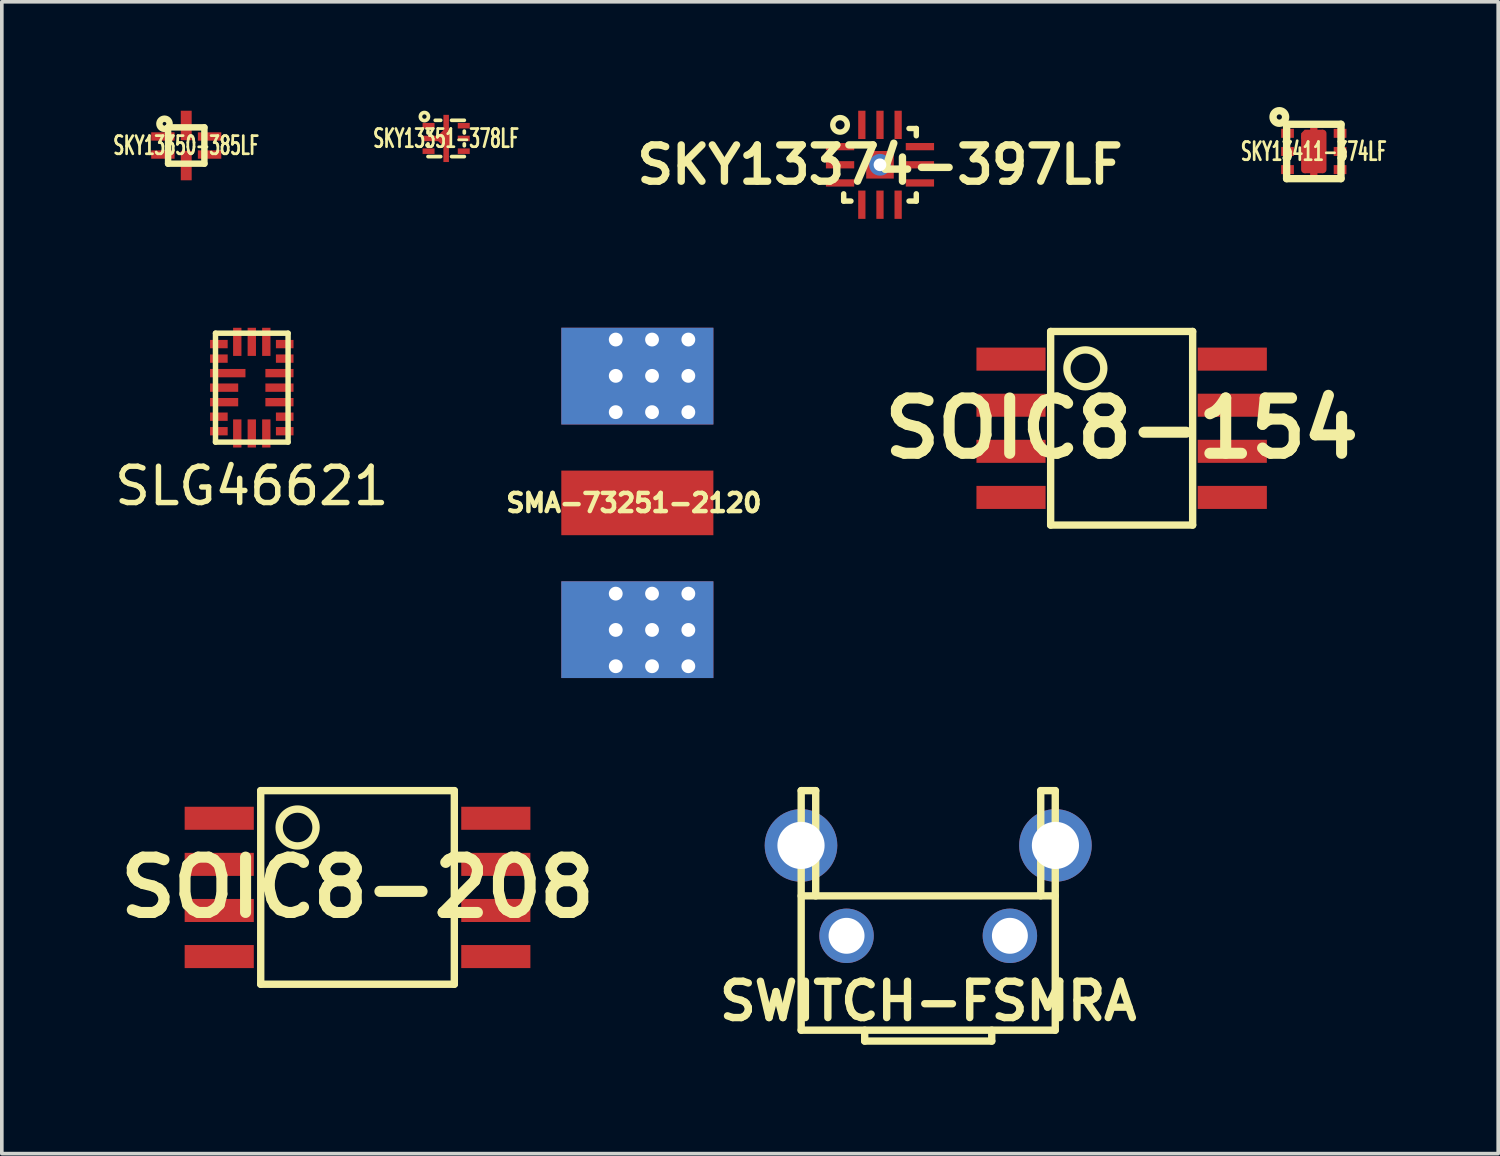
<source format=kicad_pcb>
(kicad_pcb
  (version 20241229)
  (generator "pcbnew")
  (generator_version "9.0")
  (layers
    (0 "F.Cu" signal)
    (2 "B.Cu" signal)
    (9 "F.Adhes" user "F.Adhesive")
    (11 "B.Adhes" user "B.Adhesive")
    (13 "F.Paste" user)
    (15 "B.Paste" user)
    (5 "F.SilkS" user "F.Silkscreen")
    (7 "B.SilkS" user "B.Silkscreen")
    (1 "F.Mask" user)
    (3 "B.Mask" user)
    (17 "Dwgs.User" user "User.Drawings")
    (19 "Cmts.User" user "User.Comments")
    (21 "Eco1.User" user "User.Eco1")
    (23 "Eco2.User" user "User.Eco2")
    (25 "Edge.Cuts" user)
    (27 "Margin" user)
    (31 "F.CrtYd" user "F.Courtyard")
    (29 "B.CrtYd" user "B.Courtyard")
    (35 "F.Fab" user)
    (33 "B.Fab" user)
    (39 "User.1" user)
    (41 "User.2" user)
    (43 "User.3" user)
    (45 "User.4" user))
  (footprint "SMA-73251-2120"
    (layer "F.Cu")
    (at 12.414 10.805)
    (property "Reference" "SMA-73251-2120" (at 1.999 0 0) (layer "F.SilkS") (effects (font (size 0.5 0.5) (thickness 0.124))))
    (attr through_hole)
    (pad "1" smd rect (at 2.095 0) (size 4.19 1.78) (layers "F.Cu" "F.Mask"))
    (pad "2" thru_hole circle (at 1.5 -4.5) (size 0.6 0.6) (drill 0.381) (layers "*.Cu"))
    (pad "2" thru_hole circle (at 1.5 -3.5) (size 0.6 0.6) (drill 0.381) (layers "*.Cu"))
    (pad "2" thru_hole circle (at 1.5 -2.5) (size 0.6 0.6) (drill 0.381) (layers "*.Cu"))
    (pad "2" thru_hole circle (at 1.5 2.5) (size 0.6 0.6) (drill 0.381) (layers "*.Cu"))
    (pad "2" thru_hole circle (at 1.5 3.5) (size 0.6 0.6) (drill 0.381) (layers "*.Cu"))
    (pad "2" thru_hole circle (at 1.5 4.5) (size 0.6 0.6) (drill 0.381) (layers "*.Cu"))
    (pad "2" smd rect (at 2.095 -3.493) (size 4.19 2.665) (layers "F.Cu" "F.Mask"))
    (pad "2" smd rect (at 2.095 -3.493) (size 4.19 2.665) (layers "B.Cu" "B.Mask"))
    (pad "2" smd rect (at 2.095 3.493) (size 4.19 2.665) (layers "F.Cu" "F.Mask"))
    (pad "2" smd rect (at 2.095 3.493) (size 4.19 2.665) (layers "B.Cu" "B.Mask"))
    (pad "2" thru_hole circle (at 2.5 -4.5) (size 0.6 0.6) (drill 0.381) (layers "*.Cu"))
    (pad "2" thru_hole circle (at 2.5 -3.5) (size 0.6 0.6) (drill 0.381) (layers "*.Cu"))
    (pad "2" thru_hole circle (at 2.5 -2.5) (size 0.6 0.6) (drill 0.381) (layers "*.Cu"))
    (pad "2" thru_hole circle (at 2.5 2.5) (size 0.6 0.6) (drill 0.381) (layers "*.Cu"))
    (pad "2" thru_hole circle (at 2.5 3.5) (size 0.6 0.6) (drill 0.381) (layers "*.Cu"))
    (pad "2" thru_hole circle (at 2.5 4.5) (size 0.6 0.6) (drill 0.381) (layers "*.Cu"))
    (pad "2" thru_hole circle (at 3.5 -4.5) (size 0.6 0.6) (drill 0.381) (layers "*.Cu"))
    (pad "2" thru_hole circle (at 3.5 -3.5) (size 0.6 0.6) (drill 0.381) (layers "*.Cu"))
    (pad "2" thru_hole circle (at 3.5 -2.5) (size 0.6 0.6) (drill 0.381) (layers "*.Cu"))
    (pad "2" thru_hole circle (at 3.5 2.5) (size 0.6 0.6) (drill 0.381) (layers "*.Cu"))
    (pad "2" thru_hole circle (at 3.5 3.5) (size 0.6 0.6) (drill 0.381) (layers "*.Cu"))
    (pad "2" thru_hole circle (at 3.5 4.5) (size 0.6 0.6) (drill 0.381) (layers "*.Cu")))
  (footprint "SWITCH-FSMRA"
    (layer "F.Cu")
    (at 22.523 22.732)
    (property "Reference" "SWITCH-FSMRA" (at 0 1.8 0) (layer "F.SilkS") (effects (font (size 1.001 1.001) (thickness 0.203))))
    (attr smd)
    (fp_line (start -3.5 -4) (end -3.1 -4) (stroke (width 0.203) (type solid)) (layer "F.SilkS"))
    (fp_line (start -3.5 -1.1) (end 3.5 -1.1) (stroke (width 0.203) (type solid)) (layer "F.SilkS"))
    (fp_line (start -3.5 2.6) (end -3.5 -4) (stroke (width 0.203) (type solid)) (layer "F.SilkS"))
    (fp_line (start -3.5 2.6) (end 3.5 2.6) (stroke (width 0.203) (type solid)) (layer "F.SilkS"))
    (fp_line (start -3.1 -4) (end -3.1 -1.1) (stroke (width 0.203) (type solid)) (layer "F.SilkS"))
    (fp_line (start -1.75 2.6) (end -1.75 2.9) (stroke (width 0.203) (type solid)) (layer "F.SilkS"))
    (fp_line (start -1.75 2.9) (end 1.75 2.9) (stroke (width 0.203) (type solid)) (layer "F.SilkS"))
    (fp_line (start 1.75 2.9) (end 1.75 2.6) (stroke (width 0.203) (type solid)) (layer "F.SilkS"))
    (fp_line (start 3.1 -4) (end 3.1 -1.1) (stroke (width 0.203) (type solid)) (layer "F.SilkS"))
    (fp_line (start 3.5 -4) (end 3.1 -4) (stroke (width 0.203) (type solid)) (layer "F.SilkS"))
    (fp_line (start 3.5 -4) (end 3.5 2.6) (stroke (width 0.203) (type solid)) (layer "F.SilkS"))
    (pad "0" thru_hole circle (at -3.505 -2.49) (size 2 2) (drill 1.3) (layers "*.Cu" "*.Mask"))
    (pad "0" thru_hole circle (at 3.505 -2.49) (size 2 2) (drill 1.3) (layers "*.Cu" "*.Mask"))
    (pad "1" thru_hole circle (at -2.25 0) (size 1.5 1.5) (drill 0.99) (layers "*.Cu" "*.Mask"))
    (pad "2" thru_hole circle (at 2.25 0) (size 1.5 1.5) (drill 0.99) (layers "*.Cu" "*.Mask")))
  (footprint "SOIC8-154"
    (layer "F.Cu")
    (at 27.852 8.749)
    (property "Reference" "SOIC8-154" (at 0 0 0) (layer "F.SilkS") (effects (font (size 1.524 1.524) (thickness 0.305))))
    (attr smd)
    (fp_line (start -1.956 -2.667) (end -1.956 2.667) (stroke (width 0.203) (type solid)) (layer "F.SilkS"))
    (fp_line (start -1.956 2.667) (end 1.956 2.667) (stroke (width 0.203) (type solid)) (layer "F.SilkS"))
    (fp_line (start 1.956 -2.667) (end -1.956 -2.667) (stroke (width 0.203) (type solid)) (layer "F.SilkS"))
    (fp_line (start 1.956 2.667) (end 1.956 -2.667) (stroke (width 0.203) (type solid)) (layer "F.SilkS"))
    (fp_circle (center -1 -1.651) (end -0.492 -1.651) (stroke (width 0.203) (type solid)) (fill no) (layer "F.SilkS"))
    (pad "1" smd rect (at -3.048 -1.905) (size 1.905 0.635) (layers "F.Cu" "F.Mask" "F.Paste"))
    (pad "2" smd rect (at -3.048 -0.635) (size 1.905 0.635) (layers "F.Cu" "F.Mask" "F.Paste"))
    (pad "3" smd rect (at -3.048 0.635) (size 1.905 0.635) (layers "F.Cu" "F.Mask" "F.Paste"))
    (pad "4" smd rect (at -3.048 1.905) (size 1.905 0.635) (layers "F.Cu" "F.Mask" "F.Paste"))
    (pad "5" smd rect (at 3.048 1.905) (size 1.905 0.635) (layers "F.Cu" "F.Mask" "F.Paste"))
    (pad "6" smd rect (at 3.048 0.635) (size 1.905 0.635) (layers "F.Cu" "F.Mask" "F.Paste"))
    (pad "7" smd rect (at 3.048 -0.635) (size 1.905 0.635) (layers "F.Cu" "F.Mask" "F.Paste"))
    (pad "8" smd rect (at 3.048 -1.905) (size 1.905 0.635) (layers "F.Cu" "F.Mask" "F.Paste")))
  (footprint "SKY13374-397LF"
    (layer "F.Cu")
    (at 21.194 1.49)
    (property "Reference" "SKY13374-397LF" (at 0 0 0) (layer "F.SilkS") (effects (font (size 1 1) (thickness 0.203))))
    (attr smd)
    (fp_line (start -1 1) (end -1 0.8) (stroke (width 0.15) (type solid)) (layer "F.SilkS"))
    (fp_line (start -0.8 1) (end -1 1) (stroke (width 0.15) (type solid)) (layer "F.SilkS"))
    (fp_line (start 0.8 -1) (end 1 -1) (stroke (width 0.15) (type solid)) (layer "F.SilkS"))
    (fp_line (start 1 -1) (end 1 -0.8) (stroke (width 0.15) (type solid)) (layer "F.SilkS"))
    (fp_line (start 1 0.8) (end 1 1) (stroke (width 0.15) (type solid)) (layer "F.SilkS"))
    (fp_line (start 1 1) (end 0.8 1) (stroke (width 0.15) (type solid)) (layer "F.SilkS"))
    (fp_circle (center -1.1 -1.1) (end -0.9 -1.1) (stroke (width 0.15) (type solid)) (fill no) (layer "F.SilkS"))
    (pad "0" thru_hole circle (at 0 0) (size 0.6 0.6) (drill 0.35) (layers "*.Cu" "B.Mask"))
    (pad "0" smd rect (at 0 0) (size 0.76 0.76) (layers "F.Cu" "F.Mask" "F.Paste"))
    (pad "1" smd rect (at -1.1 -0.5) (size 0.78 0.2) (layers "F.Cu" "F.Mask" "F.Paste"))
    (pad "2" smd rect (at -1.1 0) (size 0.78 0.2) (layers "F.Cu" "F.Mask" "F.Paste"))
    (pad "3" smd rect (at -1.1 0.5) (size 0.78 0.2) (layers "F.Cu" "F.Mask" "F.Paste"))
    (pad "4" smd rect (at -0.5 1.1) (size 0.2 0.78) (layers "F.Cu" "F.Mask" "F.Paste"))
    (pad "5" smd rect (at 0 1.1) (size 0.2 0.78) (layers "F.Cu" "F.Mask" "F.Paste"))
    (pad "6" smd rect (at 0.5 1.1) (size 0.2 0.78) (layers "F.Cu" "F.Mask" "F.Paste"))
    (pad "7" smd rect (at 1.1 0.5) (size 0.78 0.2) (layers "F.Cu" "F.Mask" "F.Paste"))
    (pad "8" smd rect (at 1.1 0) (size 0.78 0.2) (layers "F.Cu" "F.Mask" "F.Paste"))
    (pad "9" smd rect (at 1.1 -0.5) (size 0.78 0.2) (layers "F.Cu" "F.Mask" "F.Paste"))
    (pad "10" smd rect (at 0.5 -1.1) (size 0.2 0.78) (layers "F.Cu" "F.Mask" "F.Paste"))
    (pad "11" smd rect (at 0 -1.1) (size 0.2 0.78) (layers "F.Cu" "F.Mask" "F.Paste"))
    (pad "12" smd rect (at -0.5 -1.1) (size 0.2 0.78) (layers "F.Cu" "F.Mask" "F.Paste")))
  (footprint "SOIC8-208"
    (layer "F.Cu")
    (at 6.8 21.399)
    (property "Reference" "SOIC8-208" (at 0 0 0) (layer "F.SilkS") (effects (font (size 1.524 1.524) (thickness 0.305))))
    (attr smd)
    (fp_line (start -2.667 -2.667) (end -2.667 2.667) (stroke (width 0.203) (type solid)) (layer "F.SilkS"))
    (fp_line (start -2.667 2.667) (end 2.667 2.667) (stroke (width 0.203) (type solid)) (layer "F.SilkS"))
    (fp_line (start 2.667 -2.667) (end -2.667 -2.667) (stroke (width 0.203) (type solid)) (layer "F.SilkS"))
    (fp_line (start 2.667 2.667) (end 2.667 -2.667) (stroke (width 0.203) (type solid)) (layer "F.SilkS"))
    (fp_circle (center -1.651 -1.651) (end -1.143 -1.651) (stroke (width 0.203) (type solid)) (fill no) (layer "F.SilkS"))
    (pad "1" smd rect (at -3.81 -1.905) (size 1.905 0.635) (layers "F.Cu" "F.Mask" "F.Paste"))
    (pad "2" smd rect (at -3.81 -0.635) (size 1.905 0.635) (layers "F.Cu" "F.Mask" "F.Paste"))
    (pad "3" smd rect (at -3.81 0.635) (size 1.905 0.635) (layers "F.Cu" "F.Mask" "F.Paste"))
    (pad "4" smd rect (at -3.81 1.905) (size 1.905 0.635) (layers "F.Cu" "F.Mask" "F.Paste"))
    (pad "5" smd rect (at 3.81 1.905) (size 1.905 0.635) (layers "F.Cu" "F.Mask" "F.Paste"))
    (pad "6" smd rect (at 3.81 0.635) (size 1.905 0.635) (layers "F.Cu" "F.Mask" "F.Paste"))
    (pad "7" smd rect (at 3.81 -0.635) (size 1.905 0.635) (layers "F.Cu" "F.Mask" "F.Paste"))
    (pad "8" smd rect (at 3.81 -1.905) (size 1.905 0.635) (layers "F.Cu" "F.Mask" "F.Paste")))
  (footprint "SKY13351-378LF"
    (layer "F.Cu")
    (at 9.242 0.764)
    (property "Reference" "SKY13351-378LF" (at 0 0 0) (layer "F.SilkS") (effects (font (size 0.5 0.3) (thickness 0.076))))
    (attr smd)
    (fp_line (start -0.5 -0.201) (end -0.5 -0.15) (stroke (width 0.102) (type solid)) (layer "F.SilkS"))
    (fp_line (start -0.5 0.15) (end -0.5 0.201) (stroke (width 0.102) (type solid)) (layer "F.SilkS"))
    (fp_line (start -0.5 0.5) (end -0.15 0.5) (stroke (width 0.102) (type solid)) (layer "F.SilkS"))
    (fp_line (start -0.15 -0.5) (end -0.3 -0.5) (stroke (width 0.102) (type solid)) (layer "F.SilkS"))
    (fp_line (start 0.15 0.5) (end 0.5 0.5) (stroke (width 0.102) (type solid)) (layer "F.SilkS"))
    (fp_line (start 0.5 -0.5) (end 0.15 -0.5) (stroke (width 0.102) (type solid)) (layer "F.SilkS"))
    (fp_line (start 0.5 -0.15) (end 0.5 -0.201) (stroke (width 0.102) (type solid)) (layer "F.SilkS"))
    (fp_line (start 0.5 0.201) (end 0.5 0.15) (stroke (width 0.102) (type solid)) (layer "F.SilkS"))
    (fp_circle (center -0.599 -0.602) (end -0.5 -0.551) (stroke (width 0.102) (type solid)) (fill no) (layer "F.SilkS"))
    (pad "1" smd rect (at -0.485 -0.351) (size 0.33 0.152) (layers "F.Cu" "F.Mask" "F.Paste"))
    (pad "2" smd rect (at -0.325 0) (size 0.65 0.152) (layers "F.Cu" "F.Mask" "F.Paste"))
    (pad "2" smd oval (at -0.109 -0.089 315) (size 0.15 0.399) (layers "F.Cu" "F.Mask" "F.Paste"))
    (pad "2" smd oval (at -0.099 0.089 45) (size 0.15 0.399) (layers "F.Cu" "F.Mask" "F.Paste"))
    (pad "2" smd rect (at 0 0) (size 0.152 1.3) (layers "F.Cu" "F.Mask" "F.Paste"))
    (pad "2" smd oval (at 0.066 0) (size 0.13 0.5) (layers "F.Cu" "F.Mask" "F.Paste"))
    (pad "3" smd rect (at -0.485 0.351) (size 0.33 0.152) (layers "F.Cu" "F.Mask" "F.Paste"))
    (pad "4" smd rect (at 0.485 0.351) (size 0.33 0.152) (layers "F.Cu" "F.Mask" "F.Paste"))
    (pad "5" smd rect (at 0.485 0) (size 0.33 0.152) (layers "F.Cu" "F.Mask" "F.Paste"))
    (pad "6" smd rect (at 0.485 -0.351) (size 0.33 0.152) (layers "F.Cu" "F.Mask" "F.Paste")))
  (footprint "SLG46621"
    (layer "F.Cu")
    (at 3.887 7.63)
    (property "Reference" "SLG46621" (at 0 2.71 0) (layer "F.SilkS") (effects (font (size 1 1) (thickness 0.15))))
    (attr smd)
    (fp_line (start -1 -1.5) (end 1 -1.5) (stroke (width 0.15) (type solid)) (layer "F.SilkS"))
    (fp_line (start -1 1.5) (end -1 -1.5) (stroke (width 0.15) (type solid)) (layer "F.SilkS"))
    (fp_line (start -1 1.5) (end 1 1.5) (stroke (width 0.15) (type solid)) (layer "F.SilkS"))
    (fp_line (start 1 -1.5) (end 1 1.5) (stroke (width 0.15) (type solid)) (layer "F.SilkS"))
    (pad "1" smd rect (at -0.907 -1.2) (size 0.485 0.23) (layers "F.Cu" "F.Mask" "F.Paste"))
    (pad "2" smd rect (at -0.907 -0.8) (size 0.485 0.23) (layers "F.Cu" "F.Mask" "F.Paste"))
    (pad "3" smd rect (at -0.662 -0.4) (size 0.975 0.23) (layers "F.Cu" "F.Mask" "F.Paste"))
    (pad "4" smd rect (at -0.762 0) (size 0.775 0.23) (layers "F.Cu" "F.Mask" "F.Paste"))
    (pad "5" smd rect (at -0.762 0.4) (size 0.775 0.23) (layers "F.Cu" "F.Mask" "F.Paste"))
    (pad "6" smd rect (at -0.907 0.8) (size 0.485 0.23) (layers "F.Cu" "F.Mask" "F.Paste"))
    (pad "7" smd rect (at -0.907 1.2) (size 0.485 0.23) (layers "F.Cu" "F.Mask" "F.Paste"))
    (pad "8" smd rect (at -0.4 1.262) (size 0.23 0.775) (layers "F.Cu" "F.Mask" "F.Paste"))
    (pad "9" smd rect (at 0 1.262) (size 0.23 0.775) (layers "F.Cu" "F.Mask" "F.Paste"))
    (pad "10" smd rect (at 0.4 1.262) (size 0.23 0.775) (layers "F.Cu" "F.Mask" "F.Paste"))
    (pad "11" smd rect (at 0.907 1.2) (size 0.485 0.23) (layers "F.Cu" "F.Mask" "F.Paste"))
    (pad "12" smd rect (at 0.907 0.8) (size 0.485 0.23) (layers "F.Cu" "F.Mask" "F.Paste"))
    (pad "13" smd rect (at 0.762 0.4) (size 0.775 0.23) (layers "F.Cu" "F.Mask" "F.Paste"))
    (pad "14" smd rect (at 0.762 0) (size 0.775 0.23) (layers "F.Cu" "F.Mask" "F.Paste"))
    (pad "15" smd rect (at 0.762 -0.4) (size 0.775 0.23) (layers "F.Cu" "F.Mask" "F.Paste"))
    (pad "16" smd rect (at 0.907 -0.8) (size 0.485 0.23) (layers "F.Cu" "F.Mask" "F.Paste"))
    (pad "17" smd rect (at 0.907 -1.2) (size 0.485 0.23) (layers "F.Cu" "F.Mask" "F.Paste"))
    (pad "18" smd rect (at 0.4 -1.262) (size 0.23 0.775) (layers "F.Cu" "F.Mask" "F.Paste"))
    (pad "19" smd rect (at 0 -1.262) (size 0.23 0.775) (layers "F.Cu" "F.Mask" "F.Paste"))
    (pad "20" smd rect (at -0.4 -1.262) (size 0.23 0.775) (layers "F.Cu" "F.Mask" "F.Paste")))
  (footprint "SKY13411-374LF"
    (layer "F.Cu")
    (at 33.146 1.123)
    (property "Reference" "SKY13411-374LF" (at 0 0 0) (layer "F.SilkS") (effects (font (size 0.5 0.3) (thickness 0.076))))
    (attr smd)
    (fp_line (start -0.749 -0.749) (end 0.749 -0.749) (stroke (width 0.203) (type solid)) (layer "F.SilkS"))
    (fp_line (start -0.749 0.749) (end -0.749 -0.749) (stroke (width 0.203) (type solid)) (layer "F.SilkS"))
    (fp_line (start 0.749 -0.749) (end 0.749 0.749) (stroke (width 0.203) (type solid)) (layer "F.SilkS"))
    (fp_line (start 0.749 0.749) (end -0.749 0.749) (stroke (width 0.203) (type solid)) (layer "F.SilkS"))
    (fp_circle (center -0.95 -0.95) (end -0.899 -0.899) (stroke (width 0.203) (type solid)) (fill no) (layer "F.SilkS"))
    (pad "0" smd rect (at -0.274 -0.526 315) (size 0.071 0.142) (layers "F.Cu" "F.Mask" "F.Paste"))
    (pad "0" smd rect (at -0.249 -0.424) (size 0.201 0.15) (layers "F.Cu" "F.Mask" "F.Paste"))
    (pad "0" smd oval (at -0.249 0.051) (size 0.201 1.1) (layers "F.Cu" "F.Mask" "F.Paste"))
    (pad "0" smd rect (at 0 0) (size 0.201 1.3) (layers "F.Cu" "F.Mask" "F.Paste"))
    (pad "0" smd rect (at 0 0) (size 0.5 1.199) (layers "F.Cu" "F.Mask" "F.Paste"))
    (pad "0" smd oval (at 0.249 0) (size 0.201 1.199) (layers "F.Cu" "F.Mask" "F.Paste"))
    (pad "1" smd rect (at -0.724 -0.5) (size 0.351 0.249) (layers "F.Cu" "F.Mask" "F.Paste"))
    (pad "2" smd rect (at -0.724 0) (size 0.351 0.249) (layers "F.Cu" "F.Mask" "F.Paste"))
    (pad "3" smd rect (at -0.724 0.5) (size 0.351 0.249) (layers "F.Cu" "F.Mask" "F.Paste"))
    (pad "4" smd rect (at 0.724 0.5) (size 0.351 0.249) (layers "F.Cu" "F.Mask" "F.Paste"))
    (pad "5" smd rect (at 0.724 0) (size 0.351 0.249) (layers "F.Cu" "F.Mask" "F.Paste"))
    (pad "6" smd rect (at 0.724 -0.5) (size 0.351 0.249) (layers "F.Cu" "F.Mask" "F.Paste")))
  (footprint "SKY13350-385LF"
    (layer "F.Cu")
    (at 2.081 0.959)
    (property "Reference" "SKY13350-385LF" (at 0 0 0) (layer "F.SilkS") (effects (font (size 0.5 0.3) (thickness 0.076))))
    (attr smd)
    (fp_line (start -0.5 -0.5) (end 0.5 -0.5) (stroke (width 0.178) (type solid)) (layer "F.SilkS"))
    (fp_line (start -0.5 0.5) (end -0.5 -0.5) (stroke (width 0.178) (type solid)) (layer "F.SilkS"))
    (fp_line (start 0.5 -0.5) (end 0.5 0.5) (stroke (width 0.178) (type solid)) (layer "F.SilkS"))
    (fp_line (start 0.5 0.5) (end -0.5 0.5) (stroke (width 0.178) (type solid)) (layer "F.SilkS"))
    (fp_circle (center -0.599 -0.599) (end -0.5 -0.5) (stroke (width 0.178) (type solid)) (fill no) (layer "F.SilkS"))
    (pad "1" smd rect (at -0.643 -0.249) (size 0.645 0.23) (layers "F.Cu" "F.Mask" "F.Paste"))
    (pad "2" smd rect (at -0.643 0.249) (size 0.645 0.23) (layers "F.Cu" "F.Mask" "F.Paste"))
    (pad "3" smd rect (at 0 0.552) (size 0.3 0.813) (layers "F.Cu" "F.Mask" "F.Paste"))
    (pad "4" smd rect (at 0.643 0.249) (size 0.645 0.23) (layers "F.Cu" "F.Mask" "F.Paste"))
    (pad "5" smd rect (at 0.643 -0.249) (size 0.645 0.23) (layers "F.Cu" "F.Mask" "F.Paste"))
    (pad "6" smd rect (at 0 -0.552) (size 0.3 0.813) (layers "F.Cu" "F.Mask" "F.Paste")))
  (gr_rect
    (start -3 -3)
    (end 38.226 28.733)
    (stroke (width 0.1) (type default))
    (fill no)
    (layer "Edge.Cuts")))
</source>
